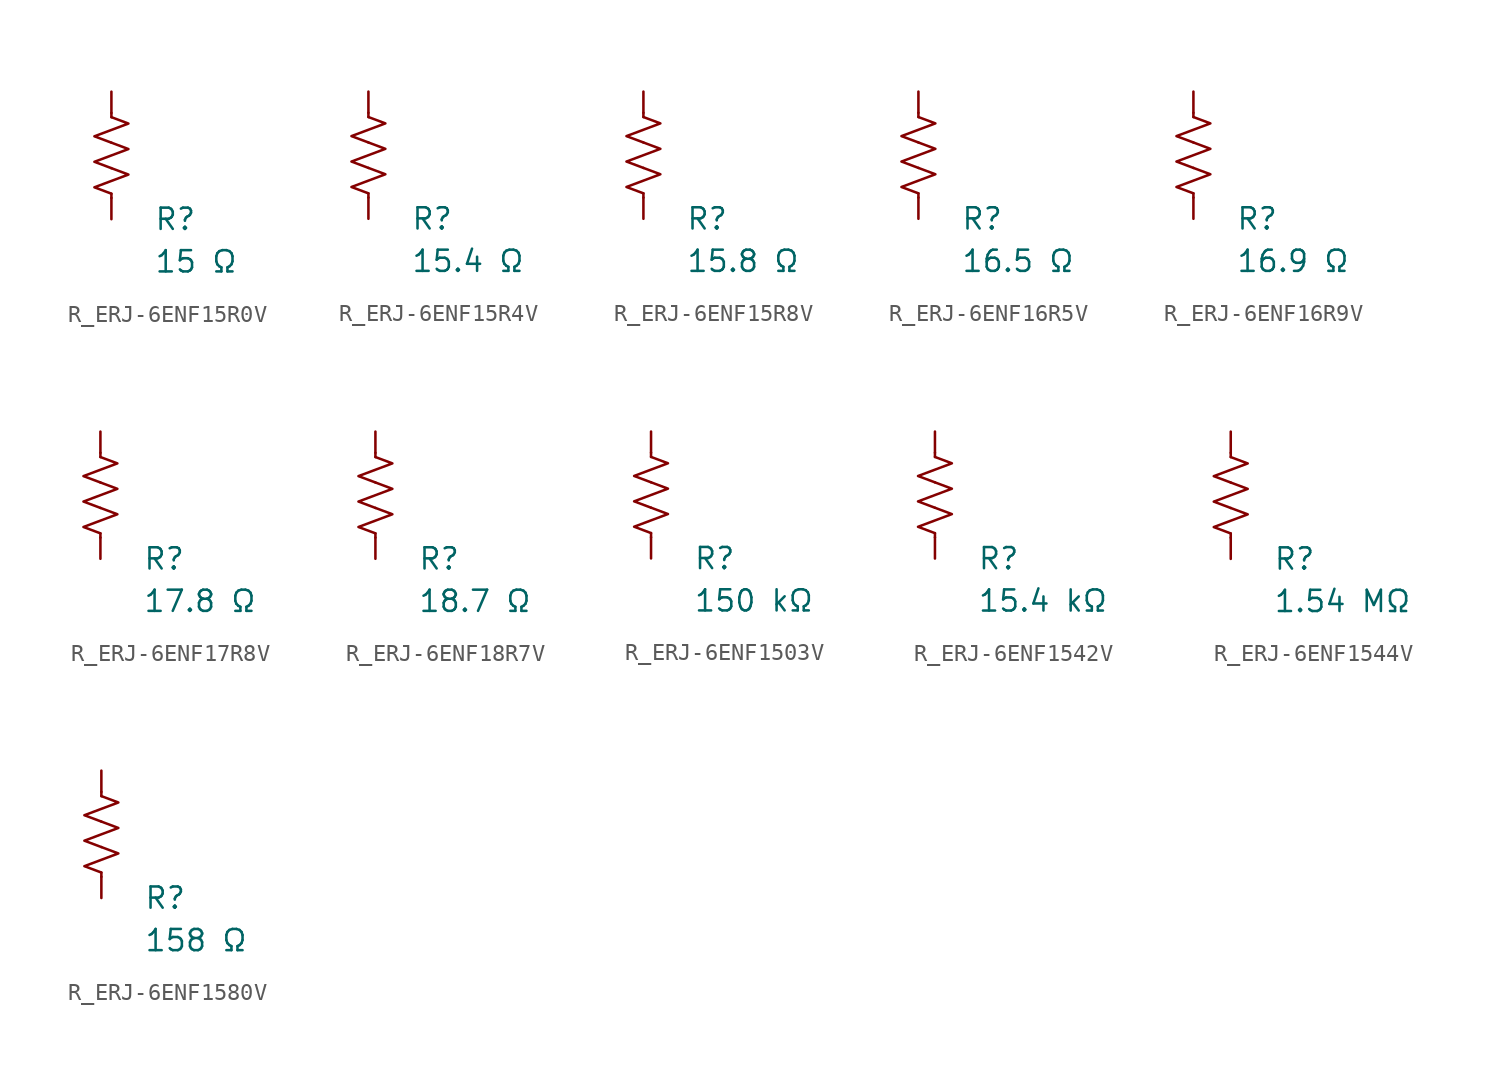
<source format=kicad_sym>
(kicad_symbol_lib
  (version 20231120)
  (generator "kicad_symbol_editor")
  (generator_version "8.0")
  (symbol "R_ERJ-6ENF15R0V"
    (pin_numbers hide)
    (pin_names
      (offset 0))
    (property "Reference" "R"
      (at 2.54 -3.81 0)
      (effects (font (size 1.27 1.27)) (justify left))
      (show_name no))
    (property "Value" "15 Ω"
      (at 2.54 -6.35 0)
      (effects (font (size 1.27 1.27)) (justify left))
      (show_name no))
    (symbol "R_ERJ-6ENF15R0V_0_1"
      (polyline (pts (xy 0 -2.286) (xy 0 -2.54)) (stroke (width 0) (type default)) (fill (type none)))
      (polyline (pts (xy 0 2.286) (xy 0 2.54)) (stroke (width 0) (type default)) (fill (type none)))
      (polyline (pts (xy 0 -0.762) (xy 1.016 -1.143) (xy 0 -1.524) (xy -1.016 -1.905) (xy 0 -2.286)) (stroke (width 0) (type default)) (fill (type none)))
      (polyline (pts (xy 0 0.762) (xy 1.016 0.381) (xy 0 0) (xy -1.016 -0.381) (xy 0 -0.762)) (stroke (width 0) (type default)) (fill (type none)))
      (polyline (pts (xy 0 2.286) (xy 1.016 1.905) (xy 0 1.524) (xy -1.016 1.143) (xy 0 0.762)) (stroke (width 0) (type default)) (fill (type none))))
    (symbol "R_ERJ-6ENF15R0V_1_1"
      (pin passive line (at 0 3.81 270) (length 1.27) (name "~" (effects (font (size 1.27 1.27)))) (number "1" (effects (font (size 1.27 1.27)))))
      (pin passive line (at 0 -3.81 90) (length 1.27) (name "~" (effects (font (size 1.27 1.27)))) (number "2" (effects (font (size 1.27 1.27)))))))
  (symbol "R_ERJ-6ENF15R4V"
    (pin_numbers hide)
    (pin_names
      (offset 0))
    (property "Reference" "R"
      (at 2.54 -3.81 0)
      (effects (font (size 1.27 1.27)) (justify left))
      (show_name no))
    (property "Value" "15.4 Ω"
      (at 2.54 -6.35 0)
      (effects (font (size 1.27 1.27)) (justify left))
      (show_name no))
    (symbol "R_ERJ-6ENF15R4V_0_1"
      (polyline (pts (xy 0 -2.286) (xy 0 -2.54)) (stroke (width 0) (type default)) (fill (type none)))
      (polyline (pts (xy 0 2.286) (xy 0 2.54)) (stroke (width 0) (type default)) (fill (type none)))
      (polyline (pts (xy 0 -0.762) (xy 1.016 -1.143) (xy 0 -1.524) (xy -1.016 -1.905) (xy 0 -2.286)) (stroke (width 0) (type default)) (fill (type none)))
      (polyline (pts (xy 0 0.762) (xy 1.016 0.381) (xy 0 0) (xy -1.016 -0.381) (xy 0 -0.762)) (stroke (width 0) (type default)) (fill (type none)))
      (polyline (pts (xy 0 2.286) (xy 1.016 1.905) (xy 0 1.524) (xy -1.016 1.143) (xy 0 0.762)) (stroke (width 0) (type default)) (fill (type none))))
    (symbol "R_ERJ-6ENF15R4V_1_1"
      (pin passive line (at 0 3.81 270) (length 1.27) (name "~" (effects (font (size 1.27 1.27)))) (number "1" (effects (font (size 1.27 1.27)))))
      (pin passive line (at 0 -3.81 90) (length 1.27) (name "~" (effects (font (size 1.27 1.27)))) (number "2" (effects (font (size 1.27 1.27)))))))
  (symbol "R_ERJ-6ENF15R8V"
    (pin_numbers hide)
    (pin_names
      (offset 0))
    (property "Reference" "R"
      (at 2.54 -3.81 0)
      (effects (font (size 1.27 1.27)) (justify left))
      (show_name no))
    (property "Value" "15.8 Ω"
      (at 2.54 -6.35 0)
      (effects (font (size 1.27 1.27)) (justify left))
      (show_name no))
    (symbol "R_ERJ-6ENF15R8V_0_1"
      (polyline (pts (xy 0 -2.286) (xy 0 -2.54)) (stroke (width 0) (type default)) (fill (type none)))
      (polyline (pts (xy 0 2.286) (xy 0 2.54)) (stroke (width 0) (type default)) (fill (type none)))
      (polyline (pts (xy 0 -0.762) (xy 1.016 -1.143) (xy 0 -1.524) (xy -1.016 -1.905) (xy 0 -2.286)) (stroke (width 0) (type default)) (fill (type none)))
      (polyline (pts (xy 0 0.762) (xy 1.016 0.381) (xy 0 0) (xy -1.016 -0.381) (xy 0 -0.762)) (stroke (width 0) (type default)) (fill (type none)))
      (polyline (pts (xy 0 2.286) (xy 1.016 1.905) (xy 0 1.524) (xy -1.016 1.143) (xy 0 0.762)) (stroke (width 0) (type default)) (fill (type none))))
    (symbol "R_ERJ-6ENF15R8V_1_1"
      (pin passive line (at 0 3.81 270) (length 1.27) (name "~" (effects (font (size 1.27 1.27)))) (number "1" (effects (font (size 1.27 1.27)))))
      (pin passive line (at 0 -3.81 90) (length 1.27) (name "~" (effects (font (size 1.27 1.27)))) (number "2" (effects (font (size 1.27 1.27)))))))
  (symbol "R_ERJ-6ENF16R5V"
    (pin_numbers hide)
    (pin_names
      (offset 0))
    (property "Reference" "R"
      (at 2.54 -3.81 0)
      (effects (font (size 1.27 1.27)) (justify left))
      (show_name no))
    (property "Value" "16.5 Ω"
      (at 2.54 -6.35 0)
      (effects (font (size 1.27 1.27)) (justify left))
      (show_name no))
    (symbol "R_ERJ-6ENF16R5V_0_1"
      (polyline (pts (xy 0 -2.286) (xy 0 -2.54)) (stroke (width 0) (type default)) (fill (type none)))
      (polyline (pts (xy 0 2.286) (xy 0 2.54)) (stroke (width 0) (type default)) (fill (type none)))
      (polyline (pts (xy 0 -0.762) (xy 1.016 -1.143) (xy 0 -1.524) (xy -1.016 -1.905) (xy 0 -2.286)) (stroke (width 0) (type default)) (fill (type none)))
      (polyline (pts (xy 0 0.762) (xy 1.016 0.381) (xy 0 0) (xy -1.016 -0.381) (xy 0 -0.762)) (stroke (width 0) (type default)) (fill (type none)))
      (polyline (pts (xy 0 2.286) (xy 1.016 1.905) (xy 0 1.524) (xy -1.016 1.143) (xy 0 0.762)) (stroke (width 0) (type default)) (fill (type none))))
    (symbol "R_ERJ-6ENF16R5V_1_1"
      (pin passive line (at 0 3.81 270) (length 1.27) (name "~" (effects (font (size 1.27 1.27)))) (number "1" (effects (font (size 1.27 1.27)))))
      (pin passive line (at 0 -3.81 90) (length 1.27) (name "~" (effects (font (size 1.27 1.27)))) (number "2" (effects (font (size 1.27 1.27)))))))
  (symbol "R_ERJ-6ENF16R9V"
    (pin_numbers hide)
    (pin_names
      (offset 0))
    (property "Reference" "R"
      (at 2.54 -3.81 0)
      (effects (font (size 1.27 1.27)) (justify left))
      (show_name no))
    (property "Value" "16.9 Ω"
      (at 2.54 -6.35 0)
      (effects (font (size 1.27 1.27)) (justify left))
      (show_name no))
    (symbol "R_ERJ-6ENF16R9V_0_1"
      (polyline (pts (xy 0 -2.286) (xy 0 -2.54)) (stroke (width 0) (type default)) (fill (type none)))
      (polyline (pts (xy 0 2.286) (xy 0 2.54)) (stroke (width 0) (type default)) (fill (type none)))
      (polyline (pts (xy 0 -0.762) (xy 1.016 -1.143) (xy 0 -1.524) (xy -1.016 -1.905) (xy 0 -2.286)) (stroke (width 0) (type default)) (fill (type none)))
      (polyline (pts (xy 0 0.762) (xy 1.016 0.381) (xy 0 0) (xy -1.016 -0.381) (xy 0 -0.762)) (stroke (width 0) (type default)) (fill (type none)))
      (polyline (pts (xy 0 2.286) (xy 1.016 1.905) (xy 0 1.524) (xy -1.016 1.143) (xy 0 0.762)) (stroke (width 0) (type default)) (fill (type none))))
    (symbol "R_ERJ-6ENF16R9V_1_1"
      (pin passive line (at 0 3.81 270) (length 1.27) (name "~" (effects (font (size 1.27 1.27)))) (number "1" (effects (font (size 1.27 1.27)))))
      (pin passive line (at 0 -3.81 90) (length 1.27) (name "~" (effects (font (size 1.27 1.27)))) (number "2" (effects (font (size 1.27 1.27)))))))
  (symbol "R_ERJ-6ENF17R8V"
    (pin_numbers hide)
    (pin_names
      (offset 0))
    (property "Reference" "R"
      (at 2.54 -3.81 0)
      (effects (font (size 1.27 1.27)) (justify left))
      (show_name no))
    (property "Value" "17.8 Ω"
      (at 2.54 -6.35 0)
      (effects (font (size 1.27 1.27)) (justify left))
      (show_name no))
    (symbol "R_ERJ-6ENF17R8V_0_1"
      (polyline (pts (xy 0 -2.286) (xy 0 -2.54)) (stroke (width 0) (type default)) (fill (type none)))
      (polyline (pts (xy 0 2.286) (xy 0 2.54)) (stroke (width 0) (type default)) (fill (type none)))
      (polyline (pts (xy 0 -0.762) (xy 1.016 -1.143) (xy 0 -1.524) (xy -1.016 -1.905) (xy 0 -2.286)) (stroke (width 0) (type default)) (fill (type none)))
      (polyline (pts (xy 0 0.762) (xy 1.016 0.381) (xy 0 0) (xy -1.016 -0.381) (xy 0 -0.762)) (stroke (width 0) (type default)) (fill (type none)))
      (polyline (pts (xy 0 2.286) (xy 1.016 1.905) (xy 0 1.524) (xy -1.016 1.143) (xy 0 0.762)) (stroke (width 0) (type default)) (fill (type none))))
    (symbol "R_ERJ-6ENF17R8V_1_1"
      (pin passive line (at 0 3.81 270) (length 1.27) (name "~" (effects (font (size 1.27 1.27)))) (number "1" (effects (font (size 1.27 1.27)))))
      (pin passive line (at 0 -3.81 90) (length 1.27) (name "~" (effects (font (size 1.27 1.27)))) (number "2" (effects (font (size 1.27 1.27)))))))
  (symbol "R_ERJ-6ENF18R7V"
    (pin_numbers hide)
    (pin_names
      (offset 0))
    (property "Reference" "R"
      (at 2.54 -3.81 0)
      (effects (font (size 1.27 1.27)) (justify left))
      (show_name no))
    (property "Value" "18.7 Ω"
      (at 2.54 -6.35 0)
      (effects (font (size 1.27 1.27)) (justify left))
      (show_name no))
    (symbol "R_ERJ-6ENF18R7V_0_1"
      (polyline (pts (xy 0 -2.286) (xy 0 -2.54)) (stroke (width 0) (type default)) (fill (type none)))
      (polyline (pts (xy 0 2.286) (xy 0 2.54)) (stroke (width 0) (type default)) (fill (type none)))
      (polyline (pts (xy 0 -0.762) (xy 1.016 -1.143) (xy 0 -1.524) (xy -1.016 -1.905) (xy 0 -2.286)) (stroke (width 0) (type default)) (fill (type none)))
      (polyline (pts (xy 0 0.762) (xy 1.016 0.381) (xy 0 0) (xy -1.016 -0.381) (xy 0 -0.762)) (stroke (width 0) (type default)) (fill (type none)))
      (polyline (pts (xy 0 2.286) (xy 1.016 1.905) (xy 0 1.524) (xy -1.016 1.143) (xy 0 0.762)) (stroke (width 0) (type default)) (fill (type none))))
    (symbol "R_ERJ-6ENF18R7V_1_1"
      (pin passive line (at 0 3.81 270) (length 1.27) (name "~" (effects (font (size 1.27 1.27)))) (number "1" (effects (font (size 1.27 1.27)))))
      (pin passive line (at 0 -3.81 90) (length 1.27) (name "~" (effects (font (size 1.27 1.27)))) (number "2" (effects (font (size 1.27 1.27)))))))
  (symbol "R_ERJ-6ENF1503V"
    (pin_numbers hide)
    (pin_names
      (offset 0))
    (property "Reference" "R"
      (at 2.54 -3.81 0)
      (effects (font (size 1.27 1.27)) (justify left))
      (show_name no))
    (property "Value" "150 kΩ"
      (at 2.54 -6.35 0)
      (effects (font (size 1.27 1.27)) (justify left))
      (show_name no))
    (symbol "R_ERJ-6ENF1503V_0_1"
      (polyline (pts (xy 0 -2.286) (xy 0 -2.54)) (stroke (width 0) (type default)) (fill (type none)))
      (polyline (pts (xy 0 2.286) (xy 0 2.54)) (stroke (width 0) (type default)) (fill (type none)))
      (polyline (pts (xy 0 -0.762) (xy 1.016 -1.143) (xy 0 -1.524) (xy -1.016 -1.905) (xy 0 -2.286)) (stroke (width 0) (type default)) (fill (type none)))
      (polyline (pts (xy 0 0.762) (xy 1.016 0.381) (xy 0 0) (xy -1.016 -0.381) (xy 0 -0.762)) (stroke (width 0) (type default)) (fill (type none)))
      (polyline (pts (xy 0 2.286) (xy 1.016 1.905) (xy 0 1.524) (xy -1.016 1.143) (xy 0 0.762)) (stroke (width 0) (type default)) (fill (type none))))
    (symbol "R_ERJ-6ENF1503V_1_1"
      (pin passive line (at 0 3.81 270) (length 1.27) (name "~" (effects (font (size 1.27 1.27)))) (number "1" (effects (font (size 1.27 1.27)))))
      (pin passive line (at 0 -3.81 90) (length 1.27) (name "~" (effects (font (size 1.27 1.27)))) (number "2" (effects (font (size 1.27 1.27)))))))
  (symbol "R_ERJ-6ENF1542V"
    (pin_numbers hide)
    (pin_names
      (offset 0))
    (property "Reference" "R"
      (at 2.54 -3.81 0)
      (effects (font (size 1.27 1.27)) (justify left))
      (show_name no))
    (property "Value" "15.4 kΩ"
      (at 2.54 -6.35 0)
      (effects (font (size 1.27 1.27)) (justify left))
      (show_name no))
    (symbol "R_ERJ-6ENF1542V_0_1"
      (polyline (pts (xy 0 -2.286) (xy 0 -2.54)) (stroke (width 0) (type default)) (fill (type none)))
      (polyline (pts (xy 0 2.286) (xy 0 2.54)) (stroke (width 0) (type default)) (fill (type none)))
      (polyline (pts (xy 0 -0.762) (xy 1.016 -1.143) (xy 0 -1.524) (xy -1.016 -1.905) (xy 0 -2.286)) (stroke (width 0) (type default)) (fill (type none)))
      (polyline (pts (xy 0 0.762) (xy 1.016 0.381) (xy 0 0) (xy -1.016 -0.381) (xy 0 -0.762)) (stroke (width 0) (type default)) (fill (type none)))
      (polyline (pts (xy 0 2.286) (xy 1.016 1.905) (xy 0 1.524) (xy -1.016 1.143) (xy 0 0.762)) (stroke (width 0) (type default)) (fill (type none))))
    (symbol "R_ERJ-6ENF1542V_1_1"
      (pin passive line (at 0 3.81 270) (length 1.27) (name "~" (effects (font (size 1.27 1.27)))) (number "1" (effects (font (size 1.27 1.27)))))
      (pin passive line (at 0 -3.81 90) (length 1.27) (name "~" (effects (font (size 1.27 1.27)))) (number "2" (effects (font (size 1.27 1.27)))))))
  (symbol "R_ERJ-6ENF1544V"
    (pin_numbers hide)
    (pin_names
      (offset 0))
    (property "Reference" "R"
      (at 2.54 -3.81 0)
      (effects (font (size 1.27 1.27)) (justify left))
      (show_name no))
    (property "Value" "1.54 MΩ"
      (at 2.54 -6.35 0)
      (effects (font (size 1.27 1.27)) (justify left))
      (show_name no))
    (symbol "R_ERJ-6ENF1544V_0_1"
      (polyline (pts (xy 0 -2.286) (xy 0 -2.54)) (stroke (width 0) (type default)) (fill (type none)))
      (polyline (pts (xy 0 2.286) (xy 0 2.54)) (stroke (width 0) (type default)) (fill (type none)))
      (polyline (pts (xy 0 -0.762) (xy 1.016 -1.143) (xy 0 -1.524) (xy -1.016 -1.905) (xy 0 -2.286)) (stroke (width 0) (type default)) (fill (type none)))
      (polyline (pts (xy 0 0.762) (xy 1.016 0.381) (xy 0 0) (xy -1.016 -0.381) (xy 0 -0.762)) (stroke (width 0) (type default)) (fill (type none)))
      (polyline (pts (xy 0 2.286) (xy 1.016 1.905) (xy 0 1.524) (xy -1.016 1.143) (xy 0 0.762)) (stroke (width 0) (type default)) (fill (type none))))
    (symbol "R_ERJ-6ENF1544V_1_1"
      (pin passive line (at 0 3.81 270) (length 1.27) (name "~" (effects (font (size 1.27 1.27)))) (number "1" (effects (font (size 1.27 1.27)))))
      (pin passive line (at 0 -3.81 90) (length 1.27) (name "~" (effects (font (size 1.27 1.27)))) (number "2" (effects (font (size 1.27 1.27)))))))
  (symbol "R_ERJ-6ENF1580V"
    (pin_numbers hide)
    (pin_names
      (offset 0))
    (property "Reference" "R"
      (at 2.54 -3.81 0)
      (effects (font (size 1.27 1.27)) (justify left))
      (show_name no))
    (property "Value" "158 Ω"
      (at 2.54 -6.35 0)
      (effects (font (size 1.27 1.27)) (justify left))
      (show_name no))
    (symbol "R_ERJ-6ENF1580V_0_1"
      (polyline (pts (xy 0 -2.286) (xy 0 -2.54)) (stroke (width 0) (type default)) (fill (type none)))
      (polyline (pts (xy 0 2.286) (xy 0 2.54)) (stroke (width 0) (type default)) (fill (type none)))
      (polyline (pts (xy 0 -0.762) (xy 1.016 -1.143) (xy 0 -1.524) (xy -1.016 -1.905) (xy 0 -2.286)) (stroke (width 0) (type default)) (fill (type none)))
      (polyline (pts (xy 0 0.762) (xy 1.016 0.381) (xy 0 0) (xy -1.016 -0.381) (xy 0 -0.762)) (stroke (width 0) (type default)) (fill (type none)))
      (polyline (pts (xy 0 2.286) (xy 1.016 1.905) (xy 0 1.524) (xy -1.016 1.143) (xy 0 0.762)) (stroke (width 0) (type default)) (fill (type none))))
    (symbol "R_ERJ-6ENF1580V_1_1"
      (pin passive line (at 0 3.81 270) (length 1.27) (name "~" (effects (font (size 1.27 1.27)))) (number "1" (effects (font (size 1.27 1.27)))))
      (pin passive line (at 0 -3.81 90) (length 1.27) (name "~" (effects (font (size 1.27 1.27)))) (number "2" (effects (font (size 1.27 1.27))))))))
</source>
